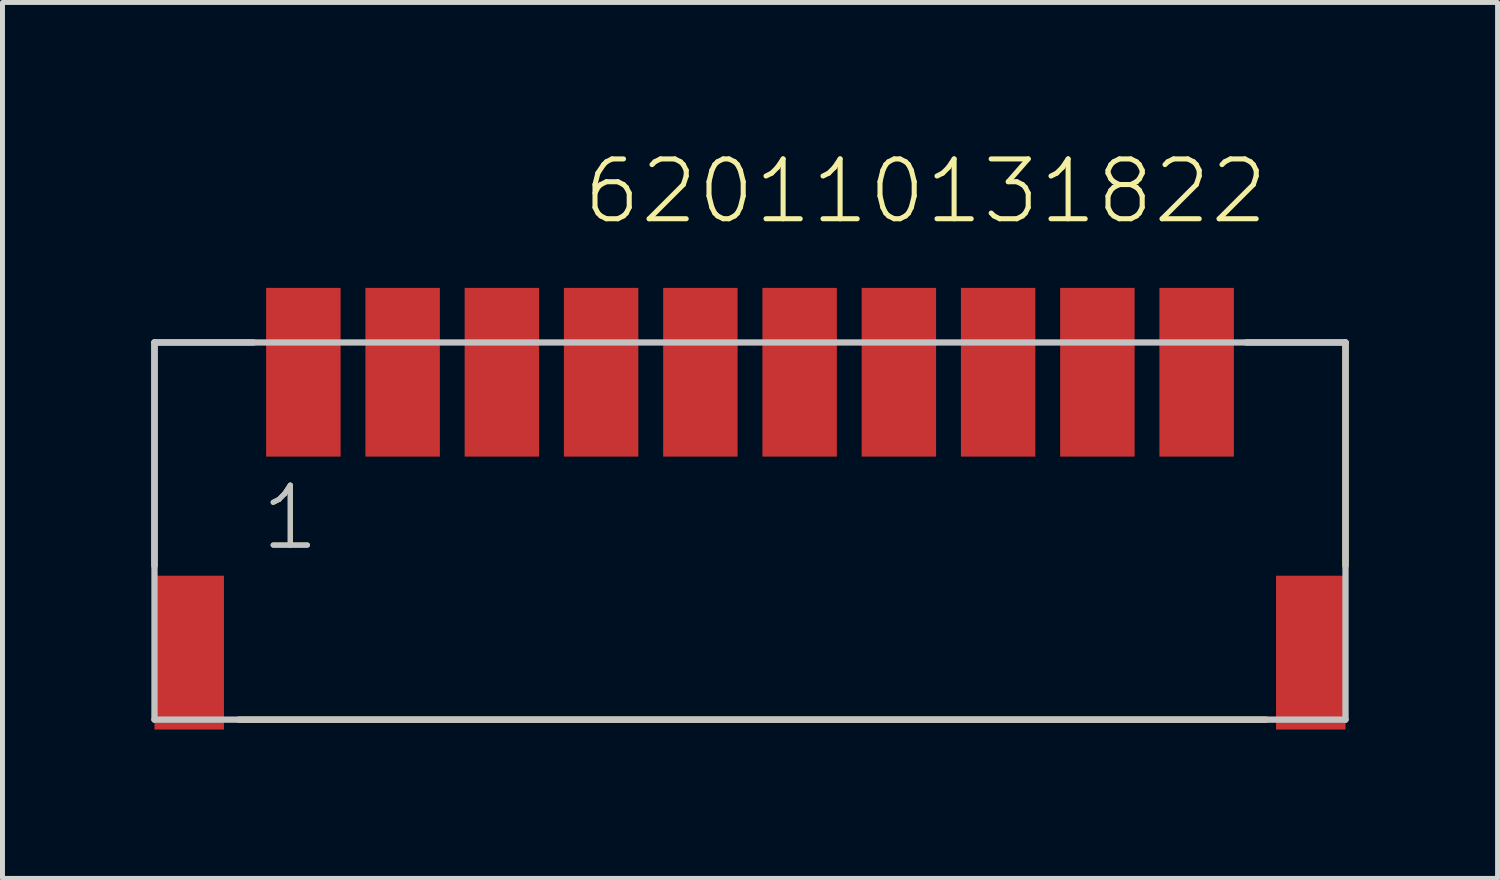
<source format=kicad_pcb>
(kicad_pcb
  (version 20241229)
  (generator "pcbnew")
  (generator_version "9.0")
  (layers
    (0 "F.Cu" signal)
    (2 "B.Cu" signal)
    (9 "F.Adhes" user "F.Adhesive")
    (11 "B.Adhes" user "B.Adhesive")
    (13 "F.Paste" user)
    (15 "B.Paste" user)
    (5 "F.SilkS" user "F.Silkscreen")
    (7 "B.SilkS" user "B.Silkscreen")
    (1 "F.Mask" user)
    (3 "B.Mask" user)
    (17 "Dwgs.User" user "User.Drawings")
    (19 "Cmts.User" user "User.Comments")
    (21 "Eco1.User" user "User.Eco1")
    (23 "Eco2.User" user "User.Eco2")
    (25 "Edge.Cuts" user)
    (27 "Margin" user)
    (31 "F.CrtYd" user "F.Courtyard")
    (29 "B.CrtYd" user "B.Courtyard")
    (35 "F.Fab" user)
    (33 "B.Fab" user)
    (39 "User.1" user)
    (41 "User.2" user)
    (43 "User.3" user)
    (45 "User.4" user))
  (footprint "620110131822"
    (layer "F.Cu")
    (at 12.063 4.451)
    (property "Reference" "620110131822" (at -3.42 -2.94 0) (layer "F.SilkS") (effects (font (size 1.206 1.206) (thickness 0.102)) (justify left bottom)))
    (attr through_hole)
    (fp_line (start -12 -0.6) (end -12 3.9) (stroke (width 0.127) (type solid)) (layer "F.SilkS"))
    (fp_line (start -10.3 7) (end 10.4 7) (stroke (width 0.127) (type solid)) (layer "F.SilkS"))
    (fp_line (start -10 -0.6) (end -12 -0.6) (stroke (width 0.127) (type solid)) (layer "F.SilkS"))
    (fp_line (start 10 -0.6) (end 12 -0.6) (stroke (width 0.127) (type solid)) (layer "F.SilkS"))
    (fp_line (start 12 -0.6) (end 12 3.9) (stroke (width 0.127) (type solid)) (layer "F.SilkS"))
    (fp_line (start -12 -0.6) (end 12 -0.6) (stroke (width 0.127) (type solid)) (layer "Dwgs.User"))
    (fp_line (start -12 7) (end -12 -0.6) (stroke (width 0.127) (type solid)) (layer "Dwgs.User"))
    (fp_line (start 12 -0.6) (end 12 7) (stroke (width 0.127) (type solid)) (layer "Dwgs.User"))
    (fp_line (start 12 7) (end -12 7) (stroke (width 0.127) (type solid)) (layer "Dwgs.User"))
    (fp_text user "1" (at -9.905 3.635 0) (layer "F.SilkS") (effects (font (size 1.206 1.206) (thickness 0.102)) (justify left bottom)))
    (fp_text user "1" (at -9.905 3.635 0) (layer "Dwgs.User") (effects (font (size 1.206 1.206) (thickness 0.102)) (justify left bottom)))
    (pad "1" smd rect (at -9 0 180) (size 1.5 3.4) (layers "F.Cu" "F.Mask" "F.Paste"))
    (pad "2" smd rect (at -7 0 180) (size 1.5 3.4) (layers "F.Cu" "F.Mask" "F.Paste"))
    (pad "3" smd rect (at -5 0 180) (size 1.5 3.4) (layers "F.Cu" "F.Mask" "F.Paste"))
    (pad "4" smd rect (at -3 0 180) (size 1.5 3.4) (layers "F.Cu" "F.Mask" "F.Paste"))
    (pad "5" smd rect (at -1 0 180) (size 1.5 3.4) (layers "F.Cu" "F.Mask" "F.Paste"))
    (pad "6" smd rect (at 1 0 180) (size 1.5 3.4) (layers "F.Cu" "F.Mask" "F.Paste"))
    (pad "7" smd rect (at 3 0 180) (size 1.5 3.4) (layers "F.Cu" "F.Mask" "F.Paste"))
    (pad "8" smd rect (at 5 0 180) (size 1.5 3.4) (layers "F.Cu" "F.Mask" "F.Paste"))
    (pad "9" smd rect (at 7 0 180) (size 1.5 3.4) (layers "F.Cu" "F.Mask" "F.Paste"))
    (pad "10" smd rect (at 9 0 180) (size 1.5 3.4) (layers "F.Cu" "F.Mask" "F.Paste"))
    (pad "Z1" smd rect (at -11.3 5.65 180) (size 1.4 3.1) (layers "F.Cu" "F.Mask" "F.Paste"))
    (pad "Z2" smd rect (at 11.3 5.65 180) (size 1.4 3.1) (layers "F.Cu" "F.Mask" "F.Paste")))
  (gr_rect
    (start -3 -3)
    (end 27.127 14.651)
    (stroke (width 0.1) (type default))
    (fill no)
    (layer "Edge.Cuts")))
</source>
